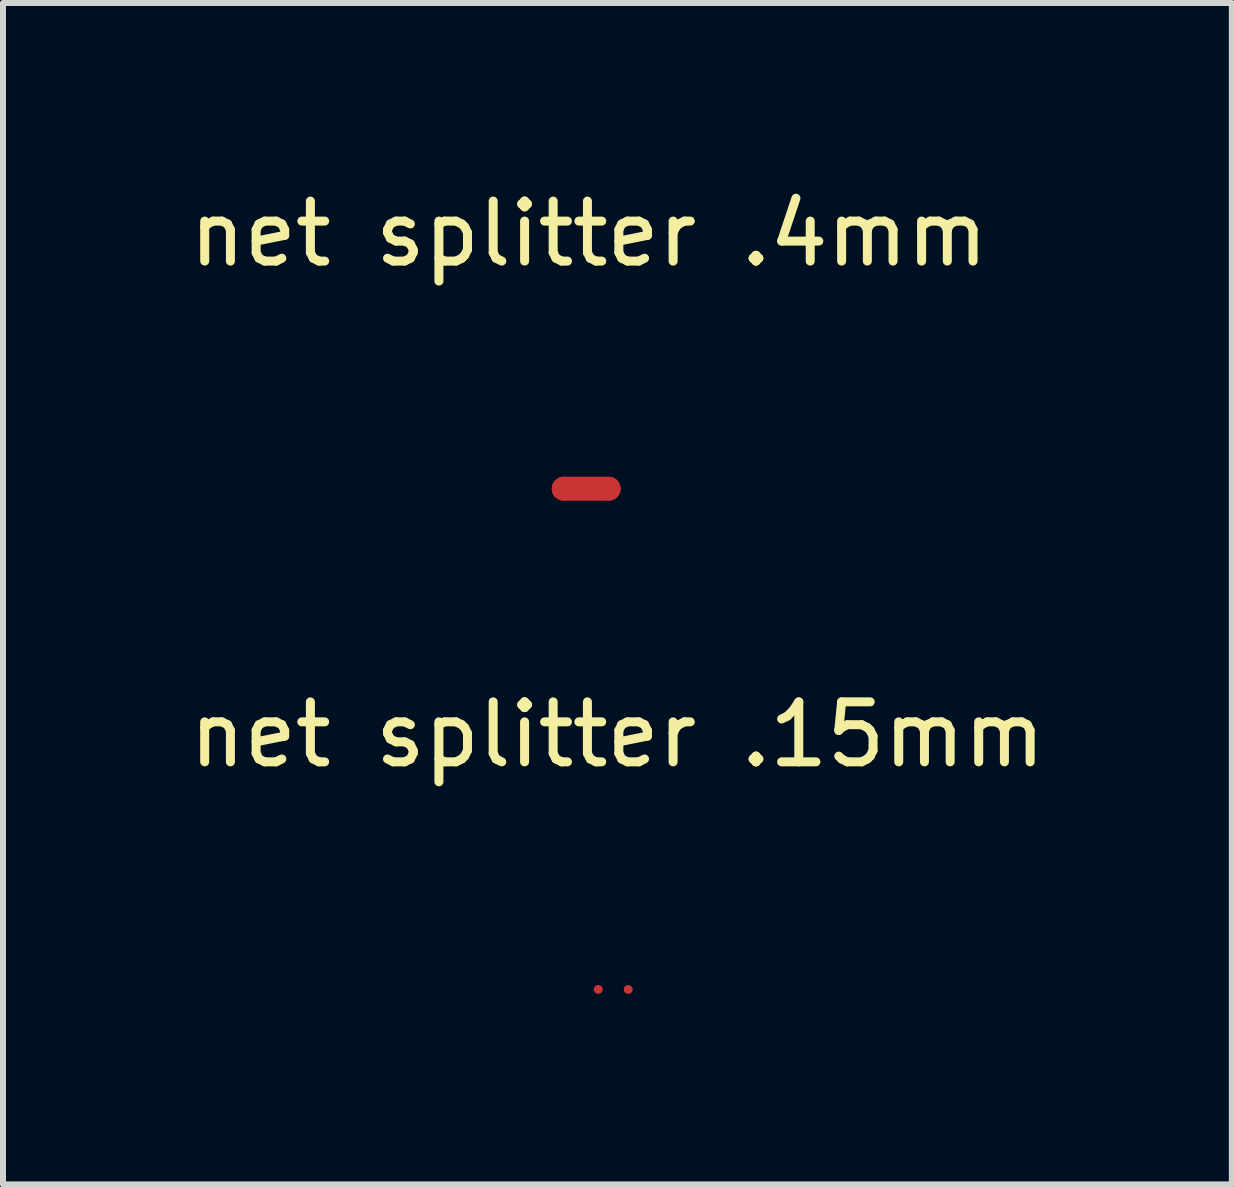
<source format=kicad_pcb>
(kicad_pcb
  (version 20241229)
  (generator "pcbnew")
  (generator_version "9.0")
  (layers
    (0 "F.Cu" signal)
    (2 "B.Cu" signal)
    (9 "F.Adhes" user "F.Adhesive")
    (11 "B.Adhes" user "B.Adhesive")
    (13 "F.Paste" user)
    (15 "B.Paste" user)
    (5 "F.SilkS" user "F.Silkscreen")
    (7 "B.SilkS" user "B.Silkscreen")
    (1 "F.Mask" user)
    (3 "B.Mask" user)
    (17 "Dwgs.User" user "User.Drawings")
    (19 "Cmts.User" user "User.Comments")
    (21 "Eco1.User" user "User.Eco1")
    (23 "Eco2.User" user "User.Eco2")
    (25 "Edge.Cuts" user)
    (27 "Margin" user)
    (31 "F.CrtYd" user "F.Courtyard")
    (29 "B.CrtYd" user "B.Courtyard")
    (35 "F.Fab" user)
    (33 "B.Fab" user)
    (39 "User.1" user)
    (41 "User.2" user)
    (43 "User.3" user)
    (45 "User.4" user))
  (footprint "net splitter .4mm"
    (layer "F.Cu")
    (at 6.698 5.098)
    (property "Reference" "net splitter .4mm" (at 0.07 -4.25 0) (unlocked yes) (layer "F.SilkS") (effects (font (size 1 1) (thickness 0.15))))
    (attr smd)
    (fp_line (start -0.35 0) (end 0.4 0) (stroke (width 0.4) (type default)) (layer "F.Cu"))
    (pad "1" smd roundrect (at -0.35 0) (size 0.4 0.4) (layers "F.Cu" "F.Mask" "F.Paste") (roundrect_rratio 0.5))
    (pad "2" smd roundrect (at 0.4 0) (size 0.4 0.4) (layers "F.Cu" "F.Mask" "F.Paste") (roundrect_rratio 0.5)))
  (footprint "net splitter .15mm"
    (layer "F.Cu")
    (at 7.174 13.447)
    (property "Reference" "net splitter .15mm" (at 0.07 -4.25 0) (unlocked yes) (layer "F.SilkS") (effects (font (size 1 1) (thickness 0.15))))
    (attr smd)
    (pad "1" smd roundrect (at -0.25 0) (size 0.15 0.15) (layers "F.Cu" "F.Mask" "F.Paste") (roundrect_rratio 0.5))
    (pad "2" smd roundrect (at 0.25 0) (size 0.15 0.15) (layers "F.Cu" "F.Mask" "F.Paste") (roundrect_rratio 0.5)))
  (gr_rect
    (start -3 -3)
    (end 17.488 16.697)
    (stroke (width 0.1) (type default))
    (fill no)
    (layer "Edge.Cuts")))
</source>
